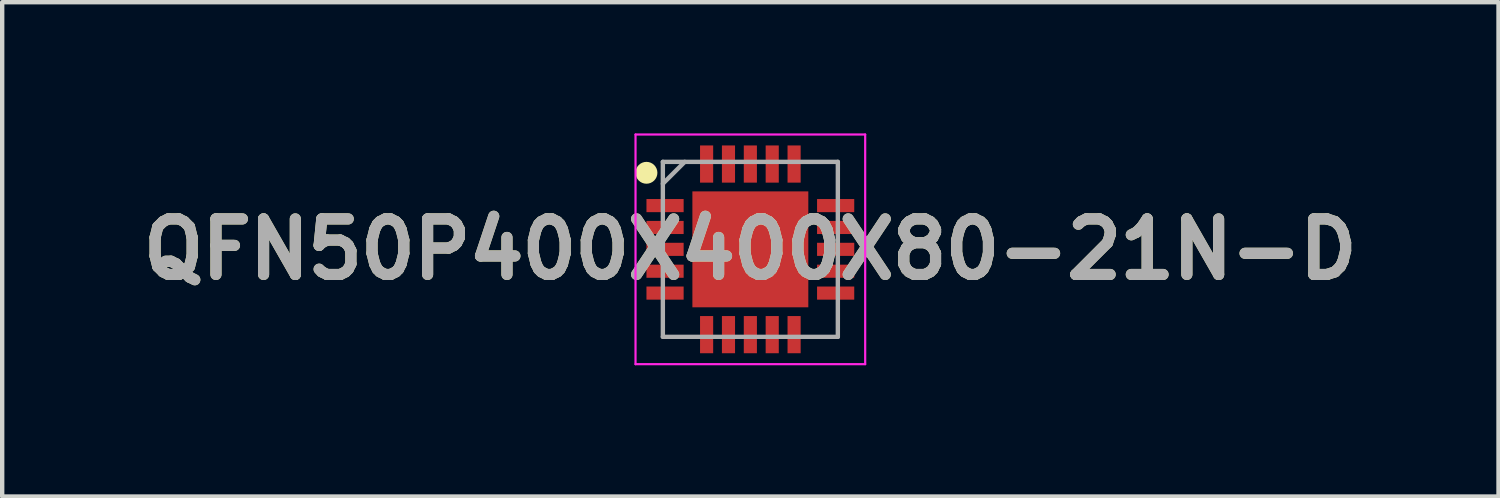
<source format=kicad_pcb>
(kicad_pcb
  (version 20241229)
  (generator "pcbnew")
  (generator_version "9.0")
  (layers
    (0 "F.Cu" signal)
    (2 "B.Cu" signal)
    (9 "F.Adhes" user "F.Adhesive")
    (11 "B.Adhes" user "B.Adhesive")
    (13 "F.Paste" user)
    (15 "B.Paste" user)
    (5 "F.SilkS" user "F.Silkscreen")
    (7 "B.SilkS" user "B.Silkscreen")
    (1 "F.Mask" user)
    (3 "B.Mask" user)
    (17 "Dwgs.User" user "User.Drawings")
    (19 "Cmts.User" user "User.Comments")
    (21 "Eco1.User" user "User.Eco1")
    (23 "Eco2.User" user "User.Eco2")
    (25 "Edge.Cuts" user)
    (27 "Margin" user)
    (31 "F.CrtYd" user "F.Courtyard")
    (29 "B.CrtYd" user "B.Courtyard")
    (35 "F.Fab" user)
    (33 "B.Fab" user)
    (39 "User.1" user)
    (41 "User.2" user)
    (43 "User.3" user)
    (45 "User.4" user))
  (footprint "QFN50P400X400X80-21N-D"
    (layer "F.Cu")
    (at 14.103 2.65)
    (property "Reference" "QFN50P400X400X80-21N-D" (at 0 0 0) (layer "F.SilkS") (effects (font (size 1.27 1.27) (thickness 0.254))))
    (attr smd)
    (fp_circle (center -2.375 -1.75) (end -2.375 -1.625) (stroke (width 0.25) (type solid)) (fill no) (layer "F.SilkS"))
    (fp_line (start -2.625 -2.625) (end 2.625 -2.625) (stroke (width 0.05) (type solid)) (layer "F.CrtYd"))
    (fp_line (start -2.625 2.625) (end -2.625 -2.625) (stroke (width 0.05) (type solid)) (layer "F.CrtYd"))
    (fp_line (start 2.625 -2.625) (end 2.625 2.625) (stroke (width 0.05) (type solid)) (layer "F.CrtYd"))
    (fp_line (start 2.625 2.625) (end -2.625 2.625) (stroke (width 0.05) (type solid)) (layer "F.CrtYd"))
    (fp_line (start -2 -2) (end 2 -2) (stroke (width 0.1) (type solid)) (layer "F.Fab"))
    (fp_line (start -2 -1.5) (end -1.5 -2) (stroke (width 0.1) (type solid)) (layer "F.Fab"))
    (fp_line (start -2 2) (end -2 -2) (stroke (width 0.1) (type solid)) (layer "F.Fab"))
    (fp_line (start 2 -2) (end 2 2) (stroke (width 0.1) (type solid)) (layer "F.Fab"))
    (fp_line (start 2 2) (end -2 2) (stroke (width 0.1) (type solid)) (layer "F.Fab"))
    (fp_text user "${REFERENCE}" (at 0 0 0) (layer "F.Fab") (effects (font (size 1.27 1.27) (thickness 0.254))))
    (pad "1" smd rect (at -1.95 -1 90) (size 0.3 0.85) (layers "F.Cu" "F.Mask" "F.Paste"))
    (pad "2" smd rect (at -1.95 -0.5 90) (size 0.3 0.85) (layers "F.Cu" "F.Mask" "F.Paste"))
    (pad "3" smd rect (at -1.95 0 90) (size 0.3 0.85) (layers "F.Cu" "F.Mask" "F.Paste"))
    (pad "4" smd rect (at -1.95 0.5 90) (size 0.3 0.85) (layers "F.Cu" "F.Mask" "F.Paste"))
    (pad "5" smd rect (at -1.95 1 90) (size 0.3 0.85) (layers "F.Cu" "F.Mask" "F.Paste"))
    (pad "6" smd rect (at -1 1.95) (size 0.3 0.85) (layers "F.Cu" "F.Mask" "F.Paste"))
    (pad "7" smd rect (at -0.5 1.95) (size 0.3 0.85) (layers "F.Cu" "F.Mask" "F.Paste"))
    (pad "8" smd rect (at 0 1.95) (size 0.3 0.85) (layers "F.Cu" "F.Mask" "F.Paste"))
    (pad "9" smd rect (at 0.5 1.95) (size 0.3 0.85) (layers "F.Cu" "F.Mask" "F.Paste"))
    (pad "10" smd rect (at 1 1.95) (size 0.3 0.85) (layers "F.Cu" "F.Mask" "F.Paste"))
    (pad "11" smd rect (at 1.95 1 90) (size 0.3 0.85) (layers "F.Cu" "F.Mask" "F.Paste"))
    (pad "12" smd rect (at 1.95 0.5 90) (size 0.3 0.85) (layers "F.Cu" "F.Mask" "F.Paste"))
    (pad "13" smd rect (at 1.95 0 90) (size 0.3 0.85) (layers "F.Cu" "F.Mask" "F.Paste"))
    (pad "14" smd rect (at 1.95 -0.5 90) (size 0.3 0.85) (layers "F.Cu" "F.Mask" "F.Paste"))
    (pad "15" smd rect (at 1.95 -1 90) (size 0.3 0.85) (layers "F.Cu" "F.Mask" "F.Paste"))
    (pad "16" smd rect (at 1 -1.95) (size 0.3 0.85) (layers "F.Cu" "F.Mask" "F.Paste"))
    (pad "17" smd rect (at 0.5 -1.95) (size 0.3 0.85) (layers "F.Cu" "F.Mask" "F.Paste"))
    (pad "18" smd rect (at 0 -1.95) (size 0.3 0.85) (layers "F.Cu" "F.Mask" "F.Paste"))
    (pad "19" smd rect (at -0.5 -1.95) (size 0.3 0.85) (layers "F.Cu" "F.Mask" "F.Paste"))
    (pad "20" smd rect (at -1 -1.95) (size 0.3 0.85) (layers "F.Cu" "F.Mask" "F.Paste"))
    (pad "21" smd rect (at 0 0) (size 2.65 2.65) (layers "F.Cu" "F.Mask" "F.Paste")))
  (gr_rect
    (start -3 -3)
    (end 31.206 8.3)
    (stroke (width 0.1) (type default))
    (fill no)
    (layer "Edge.Cuts")))
</source>
